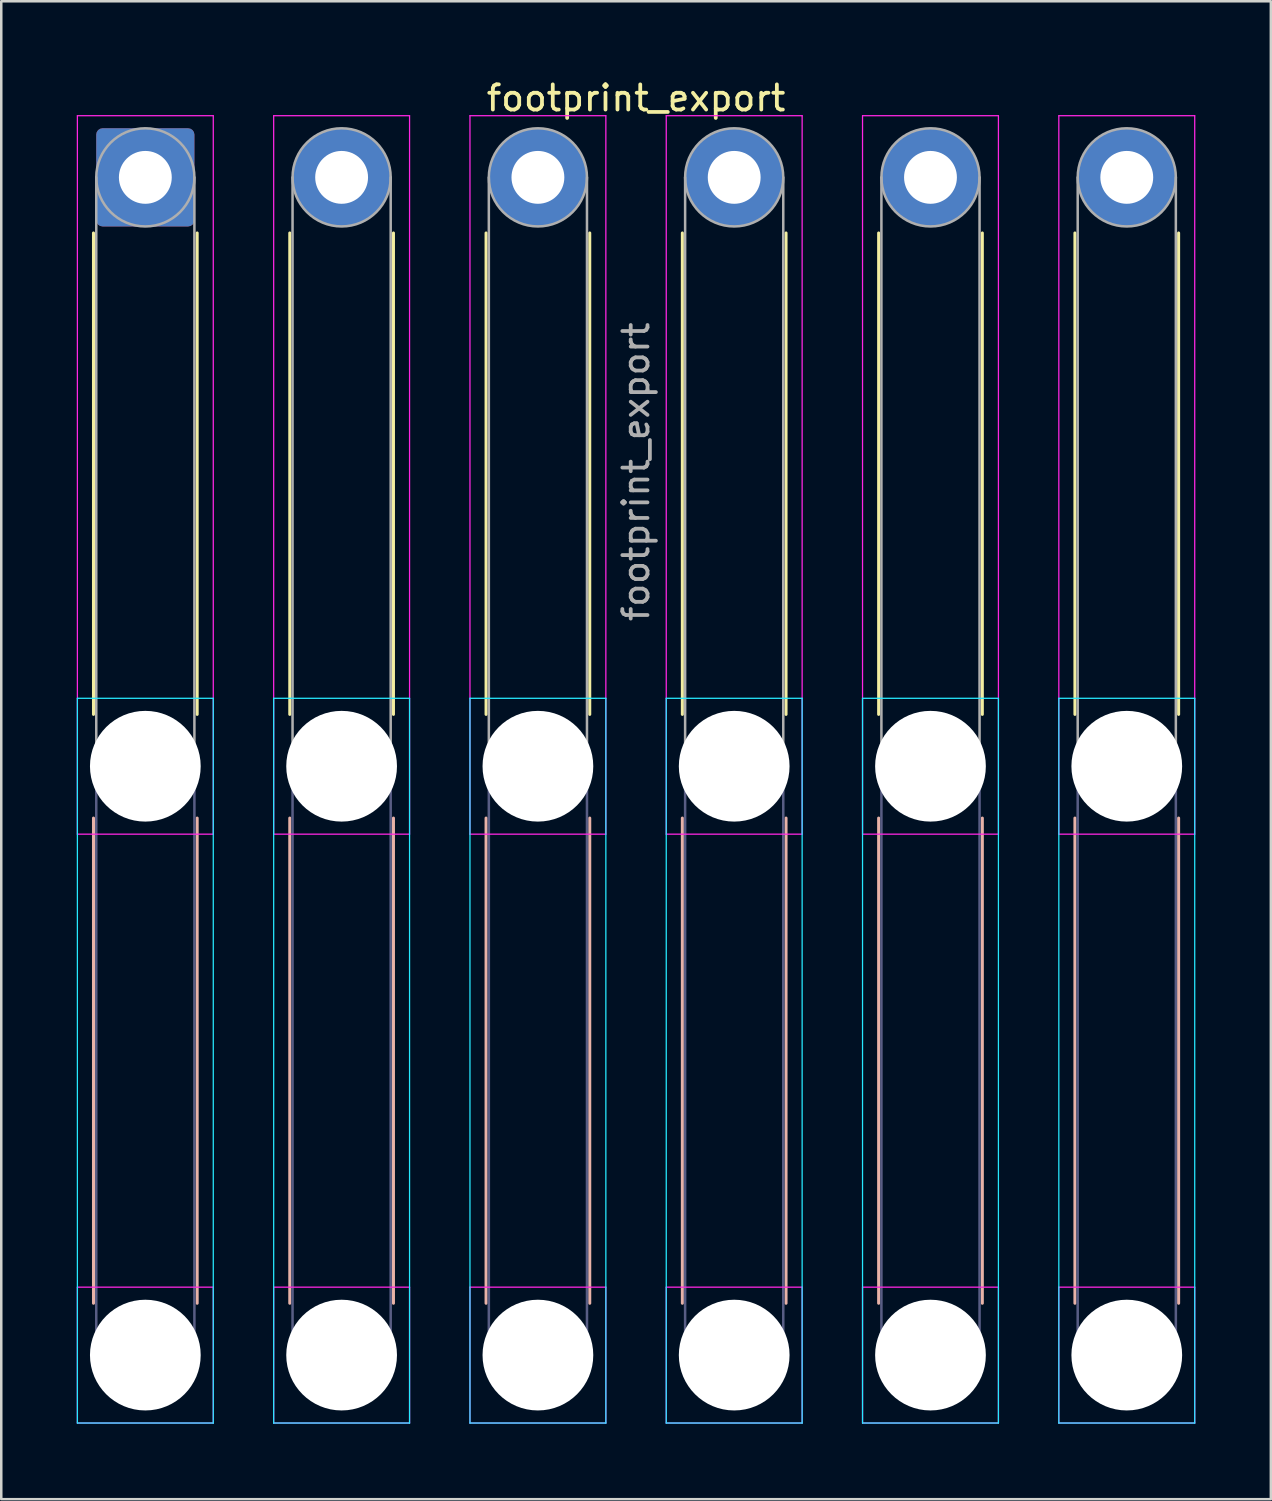
<source format=kicad_pcb>
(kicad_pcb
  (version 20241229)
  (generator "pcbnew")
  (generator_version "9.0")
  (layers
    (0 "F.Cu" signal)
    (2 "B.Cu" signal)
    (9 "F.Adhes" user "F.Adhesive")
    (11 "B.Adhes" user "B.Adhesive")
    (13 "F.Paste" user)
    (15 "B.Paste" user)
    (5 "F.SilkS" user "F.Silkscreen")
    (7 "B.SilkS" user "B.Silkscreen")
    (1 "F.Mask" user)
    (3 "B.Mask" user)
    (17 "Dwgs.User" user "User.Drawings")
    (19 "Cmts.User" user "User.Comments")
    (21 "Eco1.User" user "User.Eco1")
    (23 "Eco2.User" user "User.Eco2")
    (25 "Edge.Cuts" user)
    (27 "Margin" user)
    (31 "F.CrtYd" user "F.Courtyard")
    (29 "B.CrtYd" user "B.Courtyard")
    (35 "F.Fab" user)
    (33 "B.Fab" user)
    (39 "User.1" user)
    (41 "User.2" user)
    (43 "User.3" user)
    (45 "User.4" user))
  (footprint "footprint_export"
    (layer "F.Cu")
    (at 2.725 3.998)
    (property "Reference" "footprint_export" (at 19.5 -3.15 0) (layer "F.SilkS") (effects (font (size 1 1) (thickness 0.15))))
    (attr exclude_from_pos_files exclude_from_bom)
    (fp_line (start -2.06 2.21) (end -2.06 21.34) (stroke (width 0.12) (type solid)) (layer "F.SilkS"))
    (fp_line (start 2.06 2.21) (end 2.06 21.34) (stroke (width 0.12) (type solid)) (layer "F.SilkS"))
    (fp_line (start 5.74 2.21) (end 5.74 21.34) (stroke (width 0.12) (type solid)) (layer "F.SilkS"))
    (fp_line (start 9.86 2.21) (end 9.86 21.34) (stroke (width 0.12) (type solid)) (layer "F.SilkS"))
    (fp_line (start 13.54 2.21) (end 13.54 21.34) (stroke (width 0.12) (type solid)) (layer "F.SilkS"))
    (fp_line (start 17.66 2.21) (end 17.66 21.34) (stroke (width 0.12) (type solid)) (layer "F.SilkS"))
    (fp_line (start 21.34 2.21) (end 21.34 21.34) (stroke (width 0.12) (type solid)) (layer "F.SilkS"))
    (fp_line (start 25.46 2.21) (end 25.46 21.34) (stroke (width 0.12) (type solid)) (layer "F.SilkS"))
    (fp_line (start 29.14 2.21) (end 29.14 21.34) (stroke (width 0.12) (type solid)) (layer "F.SilkS"))
    (fp_line (start 33.26 2.21) (end 33.26 21.34) (stroke (width 0.12) (type solid)) (layer "F.SilkS"))
    (fp_line (start 36.94 2.21) (end 36.94 21.34) (stroke (width 0.12) (type solid)) (layer "F.SilkS"))
    (fp_line (start 41.06 2.21) (end 41.06 21.34) (stroke (width 0.12) (type solid)) (layer "F.SilkS"))
    (fp_line (start -2.06 25.46) (end -2.06 44.74) (stroke (width 0.12) (type solid)) (layer "B.SilkS"))
    (fp_line (start 2.06 25.46) (end 2.06 44.74) (stroke (width 0.12) (type solid)) (layer "B.SilkS"))
    (fp_line (start 5.74 25.46) (end 5.74 44.74) (stroke (width 0.12) (type solid)) (layer "B.SilkS"))
    (fp_line (start 9.86 25.46) (end 9.86 44.74) (stroke (width 0.12) (type solid)) (layer "B.SilkS"))
    (fp_line (start 13.54 25.46) (end 13.54 44.74) (stroke (width 0.12) (type solid)) (layer "B.SilkS"))
    (fp_line (start 17.66 25.46) (end 17.66 44.74) (stroke (width 0.12) (type solid)) (layer "B.SilkS"))
    (fp_line (start 21.34 25.46) (end 21.34 44.74) (stroke (width 0.12) (type solid)) (layer "B.SilkS"))
    (fp_line (start 25.46 25.46) (end 25.46 44.74) (stroke (width 0.12) (type solid)) (layer "B.SilkS"))
    (fp_line (start 29.14 25.46) (end 29.14 44.74) (stroke (width 0.12) (type solid)) (layer "B.SilkS"))
    (fp_line (start 33.26 25.46) (end 33.26 44.74) (stroke (width 0.12) (type solid)) (layer "B.SilkS"))
    (fp_line (start 36.94 25.46) (end 36.94 44.74) (stroke (width 0.12) (type solid)) (layer "B.SilkS"))
    (fp_line (start 41.06 25.46) (end 41.06 44.74) (stroke (width 0.12) (type solid)) (layer "B.SilkS"))
    (fp_line (start -2.7 20.7) (end -2.7 49.5) (stroke (width 0.05) (type solid)) (layer "B.CrtYd"))
    (fp_line (start -2.7 49.5) (end 2.7 49.5) (stroke (width 0.05) (type solid)) (layer "B.CrtYd"))
    (fp_line (start 2.7 20.7) (end -2.7 20.7) (stroke (width 0.05) (type solid)) (layer "B.CrtYd"))
    (fp_line (start 2.7 49.5) (end 2.7 20.7) (stroke (width 0.05) (type solid)) (layer "B.CrtYd"))
    (fp_line (start 5.1 20.7) (end 5.1 49.5) (stroke (width 0.05) (type solid)) (layer "B.CrtYd"))
    (fp_line (start 5.1 49.5) (end 10.5 49.5) (stroke (width 0.05) (type solid)) (layer "B.CrtYd"))
    (fp_line (start 10.5 20.7) (end 5.1 20.7) (stroke (width 0.05) (type solid)) (layer "B.CrtYd"))
    (fp_line (start 10.5 49.5) (end 10.5 20.7) (stroke (width 0.05) (type solid)) (layer "B.CrtYd"))
    (fp_line (start 12.9 20.7) (end 12.9 49.5) (stroke (width 0.05) (type solid)) (layer "B.CrtYd"))
    (fp_line (start 12.9 49.5) (end 18.3 49.5) (stroke (width 0.05) (type solid)) (layer "B.CrtYd"))
    (fp_line (start 18.3 20.7) (end 12.9 20.7) (stroke (width 0.05) (type solid)) (layer "B.CrtYd"))
    (fp_line (start 18.3 49.5) (end 18.3 20.7) (stroke (width 0.05) (type solid)) (layer "B.CrtYd"))
    (fp_line (start 20.7 20.7) (end 20.7 49.5) (stroke (width 0.05) (type solid)) (layer "B.CrtYd"))
    (fp_line (start 20.7 49.5) (end 26.1 49.5) (stroke (width 0.05) (type solid)) (layer "B.CrtYd"))
    (fp_line (start 26.1 20.7) (end 20.7 20.7) (stroke (width 0.05) (type solid)) (layer "B.CrtYd"))
    (fp_line (start 26.1 49.5) (end 26.1 20.7) (stroke (width 0.05) (type solid)) (layer "B.CrtYd"))
    (fp_line (start 28.5 20.7) (end 28.5 49.5) (stroke (width 0.05) (type solid)) (layer "B.CrtYd"))
    (fp_line (start 28.5 49.5) (end 33.9 49.5) (stroke (width 0.05) (type solid)) (layer "B.CrtYd"))
    (fp_line (start 33.9 20.7) (end 28.5 20.7) (stroke (width 0.05) (type solid)) (layer "B.CrtYd"))
    (fp_line (start 33.9 49.5) (end 33.9 20.7) (stroke (width 0.05) (type solid)) (layer "B.CrtYd"))
    (fp_line (start 36.3 20.7) (end 36.3 49.5) (stroke (width 0.05) (type solid)) (layer "B.CrtYd"))
    (fp_line (start 36.3 49.5) (end 41.7 49.5) (stroke (width 0.05) (type solid)) (layer "B.CrtYd"))
    (fp_line (start 41.7 20.7) (end 36.3 20.7) (stroke (width 0.05) (type solid)) (layer "B.CrtYd"))
    (fp_line (start 41.7 49.5) (end 41.7 20.7) (stroke (width 0.05) (type solid)) (layer "B.CrtYd"))
    (fp_line (start -2.7 -2.45) (end -2.7 26.1) (stroke (width 0.05) (type solid)) (layer "F.CrtYd"))
    (fp_line (start -2.7 26.1) (end 2.7 26.1) (stroke (width 0.05) (type solid)) (layer "F.CrtYd"))
    (fp_line (start -2.7 44.1) (end -2.7 49.5) (stroke (width 0.05) (type solid)) (layer "F.CrtYd"))
    (fp_line (start -2.7 49.5) (end 2.7 49.5) (stroke (width 0.05) (type solid)) (layer "F.CrtYd"))
    (fp_line (start 2.7 -2.45) (end -2.7 -2.45) (stroke (width 0.05) (type solid)) (layer "F.CrtYd"))
    (fp_line (start 2.7 26.1) (end 2.7 -2.45) (stroke (width 0.05) (type solid)) (layer "F.CrtYd"))
    (fp_line (start 2.7 44.1) (end -2.7 44.1) (stroke (width 0.05) (type solid)) (layer "F.CrtYd"))
    (fp_line (start 2.7 49.5) (end 2.7 44.1) (stroke (width 0.05) (type solid)) (layer "F.CrtYd"))
    (fp_line (start 5.1 -2.45) (end 5.1 26.1) (stroke (width 0.05) (type solid)) (layer "F.CrtYd"))
    (fp_line (start 5.1 26.1) (end 10.5 26.1) (stroke (width 0.05) (type solid)) (layer "F.CrtYd"))
    (fp_line (start 5.1 44.1) (end 5.1 49.5) (stroke (width 0.05) (type solid)) (layer "F.CrtYd"))
    (fp_line (start 5.1 49.5) (end 10.5 49.5) (stroke (width 0.05) (type solid)) (layer "F.CrtYd"))
    (fp_line (start 10.5 -2.45) (end 5.1 -2.45) (stroke (width 0.05) (type solid)) (layer "F.CrtYd"))
    (fp_line (start 10.5 26.1) (end 10.5 -2.45) (stroke (width 0.05) (type solid)) (layer "F.CrtYd"))
    (fp_line (start 10.5 44.1) (end 5.1 44.1) (stroke (width 0.05) (type solid)) (layer "F.CrtYd"))
    (fp_line (start 10.5 49.5) (end 10.5 44.1) (stroke (width 0.05) (type solid)) (layer "F.CrtYd"))
    (fp_line (start 12.9 -2.45) (end 12.9 26.1) (stroke (width 0.05) (type solid)) (layer "F.CrtYd"))
    (fp_line (start 12.9 26.1) (end 18.3 26.1) (stroke (width 0.05) (type solid)) (layer "F.CrtYd"))
    (fp_line (start 12.9 44.1) (end 12.9 49.5) (stroke (width 0.05) (type solid)) (layer "F.CrtYd"))
    (fp_line (start 12.9 49.5) (end 18.3 49.5) (stroke (width 0.05) (type solid)) (layer "F.CrtYd"))
    (fp_line (start 18.3 -2.45) (end 12.9 -2.45) (stroke (width 0.05) (type solid)) (layer "F.CrtYd"))
    (fp_line (start 18.3 26.1) (end 18.3 -2.45) (stroke (width 0.05) (type solid)) (layer "F.CrtYd"))
    (fp_line (start 18.3 44.1) (end 12.9 44.1) (stroke (width 0.05) (type solid)) (layer "F.CrtYd"))
    (fp_line (start 18.3 49.5) (end 18.3 44.1) (stroke (width 0.05) (type solid)) (layer "F.CrtYd"))
    (fp_line (start 20.7 -2.45) (end 20.7 26.1) (stroke (width 0.05) (type solid)) (layer "F.CrtYd"))
    (fp_line (start 20.7 26.1) (end 26.1 26.1) (stroke (width 0.05) (type solid)) (layer "F.CrtYd"))
    (fp_line (start 20.7 44.1) (end 20.7 49.5) (stroke (width 0.05) (type solid)) (layer "F.CrtYd"))
    (fp_line (start 20.7 49.5) (end 26.1 49.5) (stroke (width 0.05) (type solid)) (layer "F.CrtYd"))
    (fp_line (start 26.1 -2.45) (end 20.7 -2.45) (stroke (width 0.05) (type solid)) (layer "F.CrtYd"))
    (fp_line (start 26.1 26.1) (end 26.1 -2.45) (stroke (width 0.05) (type solid)) (layer "F.CrtYd"))
    (fp_line (start 26.1 44.1) (end 20.7 44.1) (stroke (width 0.05) (type solid)) (layer "F.CrtYd"))
    (fp_line (start 26.1 49.5) (end 26.1 44.1) (stroke (width 0.05) (type solid)) (layer "F.CrtYd"))
    (fp_line (start 28.5 -2.45) (end 28.5 26.1) (stroke (width 0.05) (type solid)) (layer "F.CrtYd"))
    (fp_line (start 28.5 26.1) (end 33.9 26.1) (stroke (width 0.05) (type solid)) (layer "F.CrtYd"))
    (fp_line (start 28.5 44.1) (end 28.5 49.5) (stroke (width 0.05) (type solid)) (layer "F.CrtYd"))
    (fp_line (start 28.5 49.5) (end 33.9 49.5) (stroke (width 0.05) (type solid)) (layer "F.CrtYd"))
    (fp_line (start 33.9 -2.45) (end 28.5 -2.45) (stroke (width 0.05) (type solid)) (layer "F.CrtYd"))
    (fp_line (start 33.9 26.1) (end 33.9 -2.45) (stroke (width 0.05) (type solid)) (layer "F.CrtYd"))
    (fp_line (start 33.9 44.1) (end 28.5 44.1) (stroke (width 0.05) (type solid)) (layer "F.CrtYd"))
    (fp_line (start 33.9 49.5) (end 33.9 44.1) (stroke (width 0.05) (type solid)) (layer "F.CrtYd"))
    (fp_line (start 36.3 -2.45) (end 36.3 26.1) (stroke (width 0.05) (type solid)) (layer "F.CrtYd"))
    (fp_line (start 36.3 26.1) (end 41.7 26.1) (stroke (width 0.05) (type solid)) (layer "F.CrtYd"))
    (fp_line (start 36.3 44.1) (end 36.3 49.5) (stroke (width 0.05) (type solid)) (layer "F.CrtYd"))
    (fp_line (start 36.3 49.5) (end 41.7 49.5) (stroke (width 0.05) (type solid)) (layer "F.CrtYd"))
    (fp_line (start 41.7 -2.45) (end 36.3 -2.45) (stroke (width 0.05) (type solid)) (layer "F.CrtYd"))
    (fp_line (start 41.7 26.1) (end 41.7 -2.45) (stroke (width 0.05) (type solid)) (layer "F.CrtYd"))
    (fp_line (start 41.7 44.1) (end 36.3 44.1) (stroke (width 0.05) (type solid)) (layer "F.CrtYd"))
    (fp_line (start 41.7 49.5) (end 41.7 44.1) (stroke (width 0.05) (type solid)) (layer "F.CrtYd"))
    (fp_line (start -1.95 23.4) (end -1.95 46.8) (stroke (width 0.1) (type solid)) (layer "B.Fab"))
    (fp_line (start 1.95 23.4) (end 1.95 46.8) (stroke (width 0.1) (type solid)) (layer "B.Fab"))
    (fp_line (start 5.85 23.4) (end 5.85 46.8) (stroke (width 0.1) (type solid)) (layer "B.Fab"))
    (fp_line (start 9.75 23.4) (end 9.75 46.8) (stroke (width 0.1) (type solid)) (layer "B.Fab"))
    (fp_line (start 13.65 23.4) (end 13.65 46.8) (stroke (width 0.1) (type solid)) (layer "B.Fab"))
    (fp_line (start 17.55 23.4) (end 17.55 46.8) (stroke (width 0.1) (type solid)) (layer "B.Fab"))
    (fp_line (start 21.45 23.4) (end 21.45 46.8) (stroke (width 0.1) (type solid)) (layer "B.Fab"))
    (fp_line (start 25.35 23.4) (end 25.35 46.8) (stroke (width 0.1) (type solid)) (layer "B.Fab"))
    (fp_line (start 29.25 23.4) (end 29.25 46.8) (stroke (width 0.1) (type solid)) (layer "B.Fab"))
    (fp_line (start 33.15 23.4) (end 33.15 46.8) (stroke (width 0.1) (type solid)) (layer "B.Fab"))
    (fp_line (start 37.05 23.4) (end 37.05 46.8) (stroke (width 0.1) (type solid)) (layer "B.Fab"))
    (fp_line (start 40.95 23.4) (end 40.95 46.8) (stroke (width 0.1) (type solid)) (layer "B.Fab"))
    (fp_circle (center 0 23.4) (end 1.95 23.4) (stroke (width 0.1) (type solid)) (fill no) (layer "B.Fab"))
    (fp_circle (center 0 46.8) (end 1.95 46.8) (stroke (width 0.1) (type solid)) (fill no) (layer "B.Fab"))
    (fp_circle (center 7.8 23.4) (end 9.75 23.4) (stroke (width 0.1) (type solid)) (fill no) (layer "B.Fab"))
    (fp_circle (center 7.8 46.8) (end 9.75 46.8) (stroke (width 0.1) (type solid)) (fill no) (layer "B.Fab"))
    (fp_circle (center 15.6 23.4) (end 17.55 23.4) (stroke (width 0.1) (type solid)) (fill no) (layer "B.Fab"))
    (fp_circle (center 15.6 46.8) (end 17.55 46.8) (stroke (width 0.1) (type solid)) (fill no) (layer "B.Fab"))
    (fp_circle (center 23.4 23.4) (end 25.35 23.4) (stroke (width 0.1) (type solid)) (fill no) (layer "B.Fab"))
    (fp_circle (center 23.4 46.8) (end 25.35 46.8) (stroke (width 0.1) (type solid)) (fill no) (layer "B.Fab"))
    (fp_circle (center 31.2 23.4) (end 33.15 23.4) (stroke (width 0.1) (type solid)) (fill no) (layer "B.Fab"))
    (fp_circle (center 31.2 46.8) (end 33.15 46.8) (stroke (width 0.1) (type solid)) (fill no) (layer "B.Fab"))
    (fp_circle (center 39 23.4) (end 40.95 23.4) (stroke (width 0.1) (type solid)) (fill no) (layer "B.Fab"))
    (fp_circle (center 39 46.8) (end 40.95 46.8) (stroke (width 0.1) (type solid)) (fill no) (layer "B.Fab"))
    (fp_line (start -1.95 0) (end -1.95 23.4) (stroke (width 0.1) (type solid)) (layer "F.Fab"))
    (fp_line (start 1.95 0) (end 1.95 23.4) (stroke (width 0.1) (type solid)) (layer "F.Fab"))
    (fp_line (start 5.85 0) (end 5.85 23.4) (stroke (width 0.1) (type solid)) (layer "F.Fab"))
    (fp_line (start 9.75 0) (end 9.75 23.4) (stroke (width 0.1) (type solid)) (layer "F.Fab"))
    (fp_line (start 13.65 0) (end 13.65 23.4) (stroke (width 0.1) (type solid)) (layer "F.Fab"))
    (fp_line (start 17.55 0) (end 17.55 23.4) (stroke (width 0.1) (type solid)) (layer "F.Fab"))
    (fp_line (start 21.45 0) (end 21.45 23.4) (stroke (width 0.1) (type solid)) (layer "F.Fab"))
    (fp_line (start 25.35 0) (end 25.35 23.4) (stroke (width 0.1) (type solid)) (layer "F.Fab"))
    (fp_line (start 29.25 0) (end 29.25 23.4) (stroke (width 0.1) (type solid)) (layer "F.Fab"))
    (fp_line (start 33.15 0) (end 33.15 23.4) (stroke (width 0.1) (type solid)) (layer "F.Fab"))
    (fp_line (start 37.05 0) (end 37.05 23.4) (stroke (width 0.1) (type solid)) (layer "F.Fab"))
    (fp_line (start 40.95 0) (end 40.95 23.4) (stroke (width 0.1) (type solid)) (layer "F.Fab"))
    (fp_circle (center 0 0) (end 1.95 0) (stroke (width 0.1) (type solid)) (fill no) (layer "F.Fab"))
    (fp_circle (center 0 23.4) (end 1.95 23.4) (stroke (width 0.1) (type solid)) (fill no) (layer "F.Fab"))
    (fp_circle (center 0 46.8) (end 1.95 46.8) (stroke (width 0.1) (type solid)) (fill no) (layer "F.Fab"))
    (fp_circle (center 7.8 0) (end 9.75 0) (stroke (width 0.1) (type solid)) (fill no) (layer "F.Fab"))
    (fp_circle (center 7.8 23.4) (end 9.75 23.4) (stroke (width 0.1) (type solid)) (fill no) (layer "F.Fab"))
    (fp_circle (center 7.8 46.8) (end 9.75 46.8) (stroke (width 0.1) (type solid)) (fill no) (layer "F.Fab"))
    (fp_circle (center 15.6 0) (end 17.55 0) (stroke (width 0.1) (type solid)) (fill no) (layer "F.Fab"))
    (fp_circle (center 15.6 23.4) (end 17.55 23.4) (stroke (width 0.1) (type solid)) (fill no) (layer "F.Fab"))
    (fp_circle (center 15.6 46.8) (end 17.55 46.8) (stroke (width 0.1) (type solid)) (fill no) (layer "F.Fab"))
    (fp_circle (center 23.4 0) (end 25.35 0) (stroke (width 0.1) (type solid)) (fill no) (layer "F.Fab"))
    (fp_circle (center 23.4 23.4) (end 25.35 23.4) (stroke (width 0.1) (type solid)) (fill no) (layer "F.Fab"))
    (fp_circle (center 23.4 46.8) (end 25.35 46.8) (stroke (width 0.1) (type solid)) (fill no) (layer "F.Fab"))
    (fp_circle (center 31.2 0) (end 33.15 0) (stroke (width 0.1) (type solid)) (fill no) (layer "F.Fab"))
    (fp_circle (center 31.2 23.4) (end 33.15 23.4) (stroke (width 0.1) (type solid)) (fill no) (layer "F.Fab"))
    (fp_circle (center 31.2 46.8) (end 33.15 46.8) (stroke (width 0.1) (type solid)) (fill no) (layer "F.Fab"))
    (fp_circle (center 39 0) (end 40.95 0) (stroke (width 0.1) (type solid)) (fill no) (layer "F.Fab"))
    (fp_circle (center 39 23.4) (end 40.95 23.4) (stroke (width 0.1) (type solid)) (fill no) (layer "F.Fab"))
    (fp_circle (center 39 46.8) (end 40.95 46.8) (stroke (width 0.1) (type solid)) (fill no) (layer "F.Fab"))
    (fp_text user "${REFERENCE}" (at 19.5 11.7 90) (layer "F.Fab") (effects (font (size 1 1) (thickness 0.15))))
    (pad "" np_thru_hole circle (at 0 23.4) (size 4.4 4.4) (drill 4.4) (layers "*.Cu" "*.Mask"))
    (pad "" np_thru_hole circle (at 0 46.8) (size 4.4 4.4) (drill 4.4) (layers "*.Cu" "*.Mask"))
    (pad "" np_thru_hole circle (at 7.8 23.4) (size 4.4 4.4) (drill 4.4) (layers "*.Cu" "*.Mask"))
    (pad "" np_thru_hole circle (at 7.8 46.8) (size 4.4 4.4) (drill 4.4) (layers "*.Cu" "*.Mask"))
    (pad "" np_thru_hole circle (at 15.6 23.4) (size 4.4 4.4) (drill 4.4) (layers "*.Cu" "*.Mask"))
    (pad "" np_thru_hole circle (at 15.6 46.8) (size 4.4 4.4) (drill 4.4) (layers "*.Cu" "*.Mask"))
    (pad "" np_thru_hole circle (at 23.4 23.4) (size 4.4 4.4) (drill 4.4) (layers "*.Cu" "*.Mask"))
    (pad "" np_thru_hole circle (at 23.4 46.8) (size 4.4 4.4) (drill 4.4) (layers "*.Cu" "*.Mask"))
    (pad "" np_thru_hole circle (at 31.2 23.4) (size 4.4 4.4) (drill 4.4) (layers "*.Cu" "*.Mask"))
    (pad "" np_thru_hole circle (at 31.2 46.8) (size 4.4 4.4) (drill 4.4) (layers "*.Cu" "*.Mask"))
    (pad "" np_thru_hole circle (at 39 23.4) (size 4.4 4.4) (drill 4.4) (layers "*.Cu" "*.Mask"))
    (pad "" np_thru_hole circle (at 39 46.8) (size 4.4 4.4) (drill 4.4) (layers "*.Cu" "*.Mask"))
    (pad "1" thru_hole roundrect (at 0 0) (size 3.9 3.9) (drill 2.1) (layers "*.Cu" "*.Mask") (roundrect_rratio 0.064))
    (pad "2" thru_hole circle (at 7.8 0) (size 3.9 3.9) (drill 2.1) (layers "*.Cu" "*.Mask"))
    (pad "3" thru_hole circle (at 15.6 0) (size 3.9 3.9) (drill 2.1) (layers "*.Cu" "*.Mask"))
    (pad "4" thru_hole circle (at 23.4 0) (size 3.9 3.9) (drill 2.1) (layers "*.Cu" "*.Mask"))
    (pad "5" thru_hole circle (at 31.2 0) (size 3.9 3.9) (drill 2.1) (layers "*.Cu" "*.Mask"))
    (pad "6" thru_hole circle (at 39 0) (size 3.9 3.9) (drill 2.1) (layers "*.Cu" "*.Mask")))
  (gr_rect
    (start -3 -3)
    (end 47.45 56.523)
    (stroke (width 0.1) (type default))
    (fill no)
    (layer "Edge.Cuts")))
</source>
